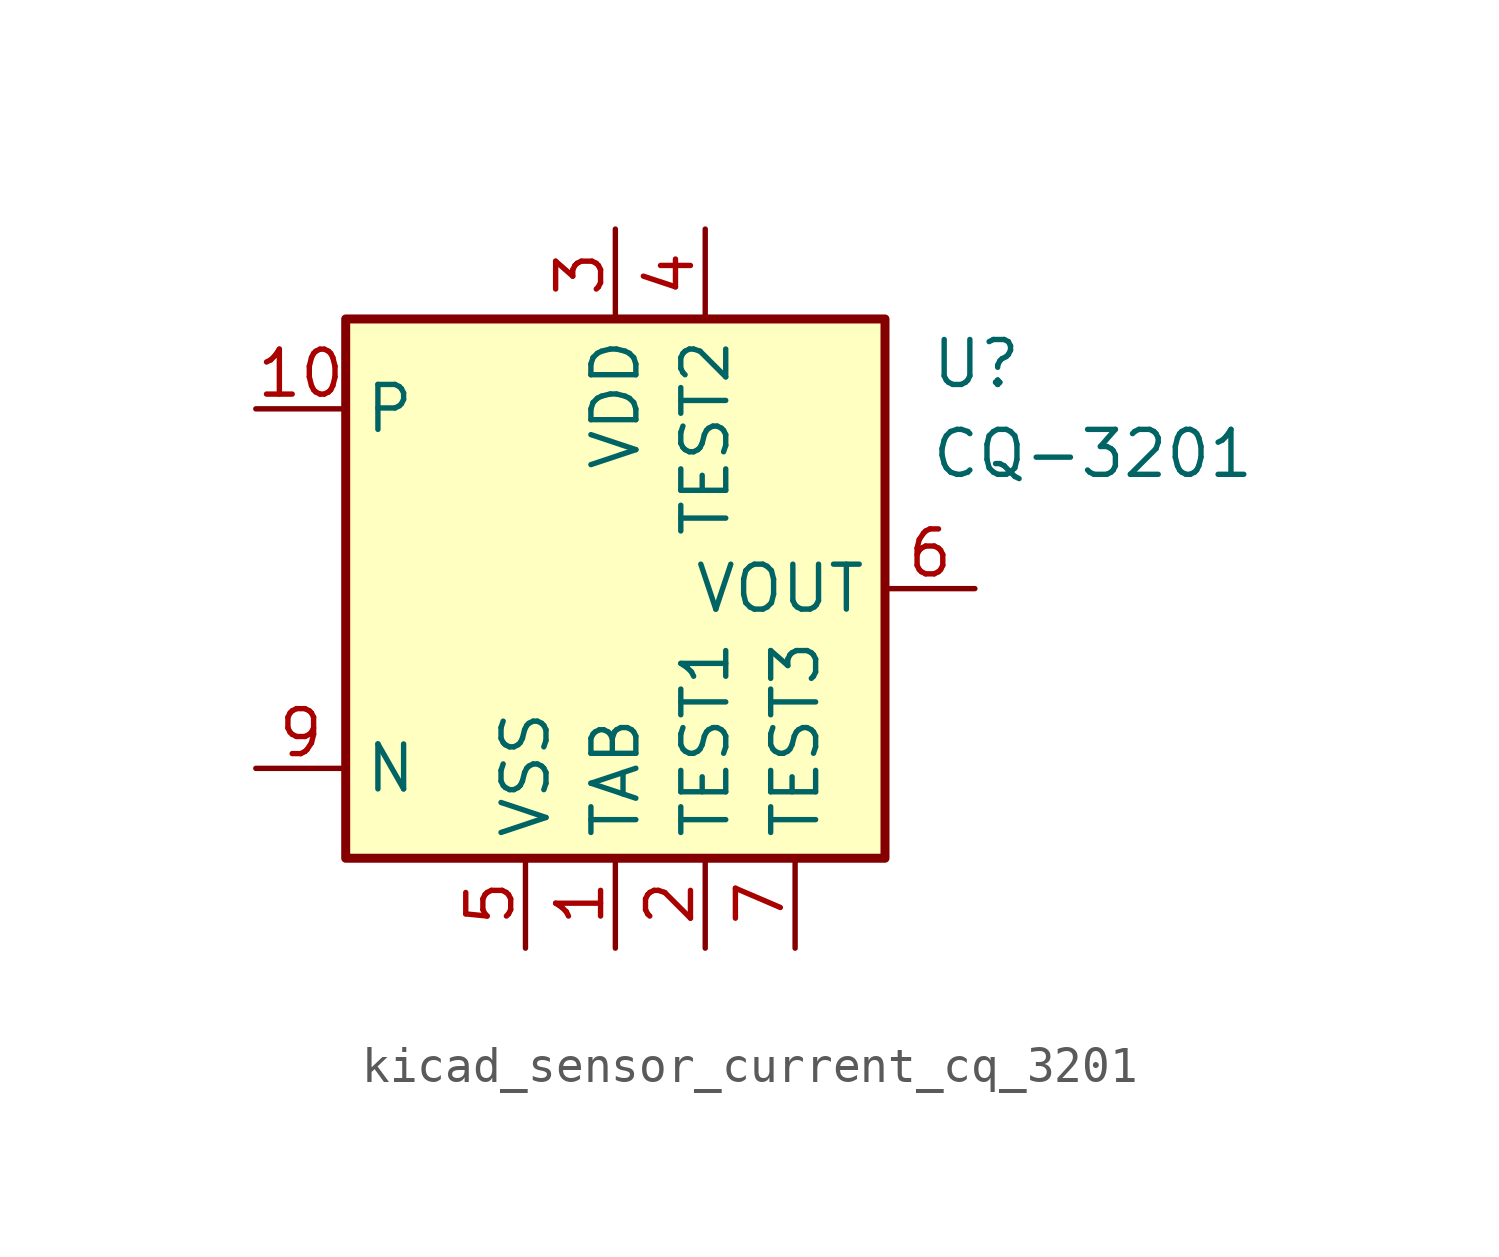
<source format=kicad_sym>
(kicad_symbol_lib
  (version 20220914)
  (generator kicad_symbol_editor)
  (symbol "kicad_sensor_current_cq_3201"
    (property "Reference" "U"
      (at 8.89 6.35 0)
      (effects (font (size 1.27 1.27)) (justify left)))
    (property "Value" "CQ-3201"
      (at 8.89 3.81 0)
      (effects (font (size 1.27 1.27)) (justify left)))
    (symbol "kicad_sensor_current_cq_3201_0_1"
      (rectangle (start -7.62 7.62) (end 7.62 -7.62) (stroke (width 0.254) (type default)) (fill (type background))))
    (symbol "kicad_sensor_current_cq_3201_1_1"
      (pin power_in line (at 0 -10.16 90) (length 2.54) (name "TAB" (effects (font (size 1.27 1.27)))) (number "1" (effects (font (size 1.27 1.27)))))
      (pin passive line (at -10.16 5.08 0) (length 2.54) (name "P" (effects (font (size 1.27 1.27)))) (number "10" (effects (font (size 1.27 1.27)))))
      (pin power_in line (at 2.54 -10.16 90) (length 2.54) (name "TEST1" (effects (font (size 1.27 1.27)))) (number "2" (effects (font (size 1.27 1.27)))))
      (pin power_in line (at 0 10.16 270) (length 2.54) (name "VDD" (effects (font (size 1.27 1.27)))) (number "3" (effects (font (size 1.27 1.27)))))
      (pin power_in line (at 2.54 10.16 270) (length 2.54) (name "TEST2" (effects (font (size 1.27 1.27)))) (number "4" (effects (font (size 1.27 1.27)))))
      (pin power_in line (at -2.54 -10.16 90) (length 2.54) (name "VSS" (effects (font (size 1.27 1.27)))) (number "5" (effects (font (size 1.27 1.27)))))
      (pin output line (at 10.16 0 180) (length 2.54) (name "VOUT" (effects (font (size 1.27 1.27)))) (number "6" (effects (font (size 1.27 1.27)))))
      (pin power_in line (at 5.08 -10.16 90) (length 2.54) (name "TEST3" (effects (font (size 1.27 1.27)))) (number "7" (effects (font (size 1.27 1.27)))))
      (pin passive line (at 0 -10.16 90) (length 2.54) hide (name "TAB" (effects (font (size 1.27 1.27)))) (number "8" (effects (font (size 1.27 1.27)))))
      (pin passive line (at -10.16 -5.08 0) (length 2.54) (name "N" (effects (font (size 1.27 1.27)))) (number "9" (effects (font (size 1.27 1.27))))))))
</source>
